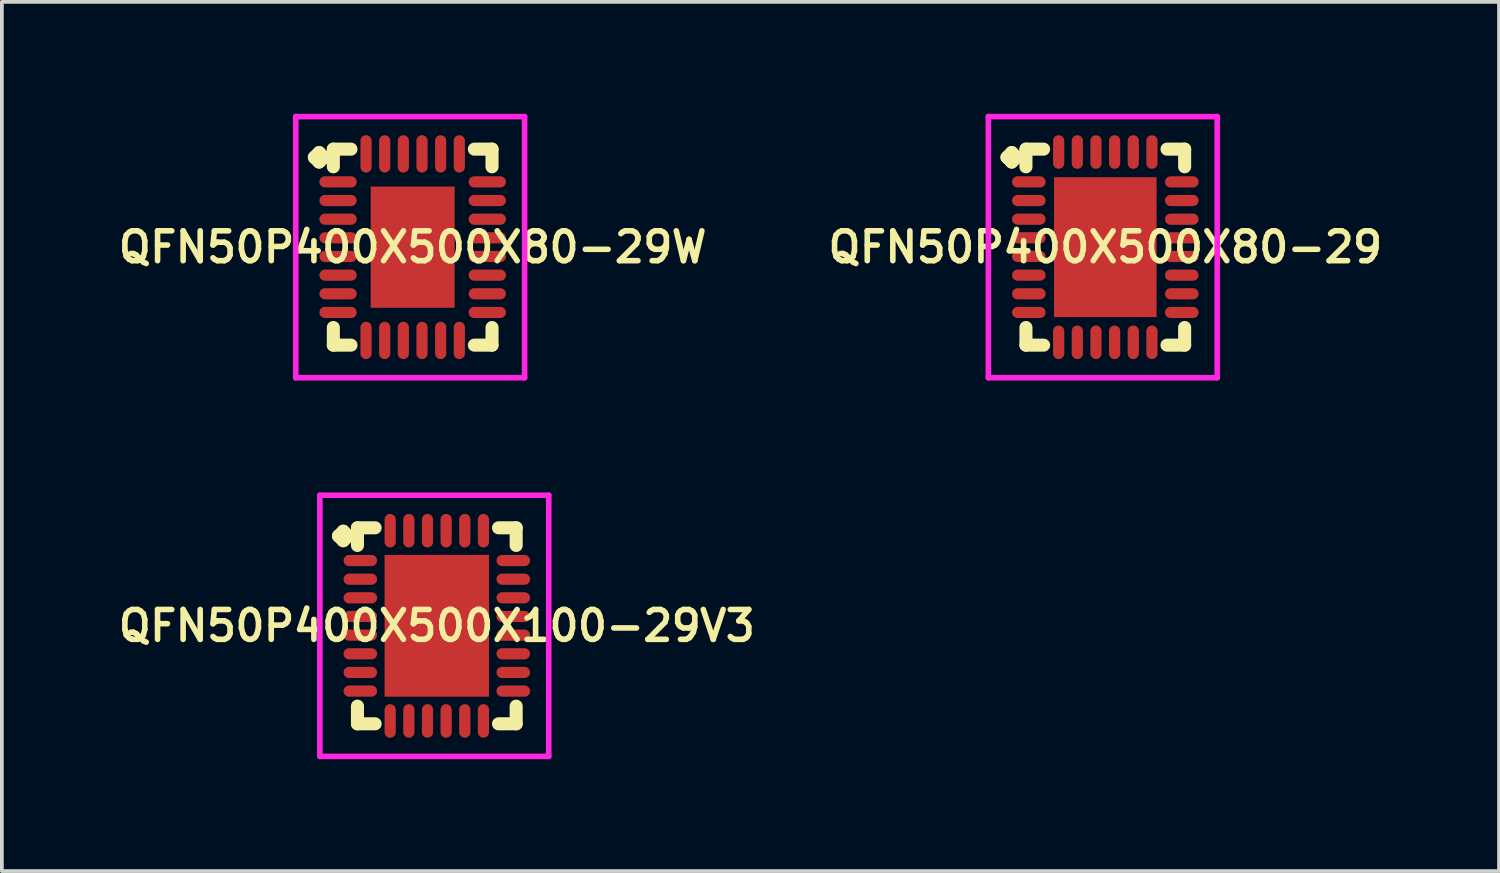
<source format=kicad_pcb>
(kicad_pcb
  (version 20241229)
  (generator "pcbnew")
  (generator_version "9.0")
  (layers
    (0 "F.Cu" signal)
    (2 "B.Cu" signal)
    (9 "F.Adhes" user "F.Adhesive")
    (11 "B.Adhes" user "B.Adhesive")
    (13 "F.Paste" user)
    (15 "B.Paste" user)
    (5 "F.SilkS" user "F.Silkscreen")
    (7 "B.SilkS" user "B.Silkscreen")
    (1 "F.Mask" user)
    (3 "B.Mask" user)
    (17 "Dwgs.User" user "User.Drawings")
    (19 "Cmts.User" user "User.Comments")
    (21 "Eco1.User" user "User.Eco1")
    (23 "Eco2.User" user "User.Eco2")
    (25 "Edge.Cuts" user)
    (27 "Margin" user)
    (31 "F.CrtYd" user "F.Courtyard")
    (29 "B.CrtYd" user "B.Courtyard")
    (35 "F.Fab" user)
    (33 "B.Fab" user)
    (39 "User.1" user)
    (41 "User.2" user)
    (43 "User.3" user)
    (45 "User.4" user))
  (footprint "QFN50P400X500X80-29W"
    (layer "F.Cu")
    (at 8.012 3.575)
    (property "Reference" "QFN50P400X500X80-29W" (at 0 0 0) (layer "F.SilkS") (effects (font (size 0.8 0.8) (thickness 0.15))))
    (attr smd)
    (fp_line (start -2.635 -2.408) (end -2.508 -2.535) (stroke (width 0.35) (type solid)) (layer "F.SilkS"))
    (fp_line (start -2.508 -2.535) (end -2.381 -2.408) (stroke (width 0.35) (type solid)) (layer "F.SilkS"))
    (fp_line (start -2.508 -2.281) (end -2.635 -2.408) (stroke (width 0.35) (type solid)) (layer "F.SilkS"))
    (fp_line (start -2.381 -2.408) (end -2.508 -2.281) (stroke (width 0.35) (type solid)) (layer "F.SilkS"))
    (fp_line (start -2.127 -2.627) (end -1.654 -2.627) (stroke (width 0.35) (type solid)) (layer "F.SilkS"))
    (fp_line (start -2.127 -2.154) (end -2.127 -2.627) (stroke (width 0.35) (type solid)) (layer "F.SilkS"))
    (fp_line (start -2.127 2.154) (end -2.127 2.627) (stroke (width 0.35) (type solid)) (layer "F.SilkS"))
    (fp_line (start -2.127 2.627) (end -1.654 2.627) (stroke (width 0.35) (type solid)) (layer "F.SilkS"))
    (fp_line (start 1.654 -2.627) (end 2.127 -2.627) (stroke (width 0.35) (type solid)) (layer "F.SilkS"))
    (fp_line (start 1.654 2.627) (end 2.127 2.627) (stroke (width 0.35) (type solid)) (layer "F.SilkS"))
    (fp_line (start 2.127 -2.627) (end 2.127 -2.154) (stroke (width 0.35) (type solid)) (layer "F.SilkS"))
    (fp_line (start 2.127 2.627) (end 2.127 2.154) (stroke (width 0.35) (type solid)) (layer "F.SilkS"))
    (fp_line (start -3.135 -3.5) (end 3 -3.5) (stroke (width 0.15) (type solid)) (layer "F.CrtYd"))
    (fp_line (start -3.135 3.5) (end -3.135 -3.5) (stroke (width 0.15) (type solid)) (layer "F.CrtYd"))
    (fp_line (start 3 -3.5) (end 3 3.5) (stroke (width 0.15) (type solid)) (layer "F.CrtYd"))
    (fp_line (start 3 3.5) (end -3.135 3.5) (stroke (width 0.15) (type solid)) (layer "F.CrtYd"))
    (pad "1" smd oval (at -2 -1.75) (size 1 0.3) (layers "F.Cu" "F.Mask" "F.Paste"))
    (pad "2" smd oval (at -2 -1.25) (size 1 0.3) (layers "F.Cu" "F.Mask" "F.Paste"))
    (pad "3" smd oval (at -2 -0.75) (size 1 0.3) (layers "F.Cu" "F.Mask" "F.Paste"))
    (pad "4" smd oval (at -2 -0.25) (size 1 0.3) (layers "F.Cu" "F.Mask" "F.Paste"))
    (pad "5" smd oval (at -2 0.25) (size 1 0.3) (layers "F.Cu" "F.Mask" "F.Paste"))
    (pad "6" smd oval (at -2 0.75) (size 1 0.3) (layers "F.Cu" "F.Mask" "F.Paste"))
    (pad "7" smd oval (at -2 1.25) (size 1 0.3) (layers "F.Cu" "F.Mask" "F.Paste"))
    (pad "8" smd oval (at -2 1.75) (size 1 0.3) (layers "F.Cu" "F.Mask" "F.Paste"))
    (pad "9" smd oval (at -1.25 2.5) (size 0.3 1) (layers "F.Cu" "F.Mask" "F.Paste"))
    (pad "10" smd oval (at -0.75 2.5) (size 0.3 1) (layers "F.Cu" "F.Mask" "F.Paste"))
    (pad "11" smd oval (at -0.25 2.5) (size 0.3 1) (layers "F.Cu" "F.Mask" "F.Paste"))
    (pad "12" smd oval (at 0.25 2.5) (size 0.3 1) (layers "F.Cu" "F.Mask" "F.Paste"))
    (pad "13" smd oval (at 0.75 2.5) (size 0.3 1) (layers "F.Cu" "F.Mask" "F.Paste"))
    (pad "14" smd oval (at 1.25 2.5) (size 0.3 1) (layers "F.Cu" "F.Mask" "F.Paste"))
    (pad "15" smd oval (at 2 1.75) (size 1 0.3) (layers "F.Cu" "F.Mask" "F.Paste"))
    (pad "16" smd oval (at 2 1.25) (size 1 0.3) (layers "F.Cu" "F.Mask" "F.Paste"))
    (pad "17" smd oval (at 2 0.75) (size 1 0.3) (layers "F.Cu" "F.Mask" "F.Paste"))
    (pad "18" smd oval (at 2 0.25) (size 1 0.3) (layers "F.Cu" "F.Mask" "F.Paste"))
    (pad "19" smd oval (at 2 -0.25) (size 1 0.3) (layers "F.Cu" "F.Mask" "F.Paste"))
    (pad "20" smd oval (at 2 -0.75) (size 1 0.3) (layers "F.Cu" "F.Mask" "F.Paste"))
    (pad "21" smd oval (at 2 -1.25) (size 1 0.3) (layers "F.Cu" "F.Mask" "F.Paste"))
    (pad "22" smd oval (at 2 -1.75) (size 1 0.3) (layers "F.Cu" "F.Mask" "F.Paste"))
    (pad "23" smd oval (at 1.25 -2.5) (size 0.3 1) (layers "F.Cu" "F.Mask" "F.Paste"))
    (pad "24" smd oval (at 0.75 -2.5) (size 0.3 1) (layers "F.Cu" "F.Mask" "F.Paste"))
    (pad "25" smd oval (at 0.25 -2.5) (size 0.3 1) (layers "F.Cu" "F.Mask" "F.Paste"))
    (pad "26" smd oval (at -0.25 -2.5) (size 0.3 1) (layers "F.Cu" "F.Mask" "F.Paste"))
    (pad "27" smd oval (at -0.75 -2.5) (size 0.3 1) (layers "F.Cu" "F.Mask" "F.Paste"))
    (pad "28" smd oval (at -1.25 -2.5) (size 0.3 1) (layers "F.Cu" "F.Mask" "F.Paste"))
    (pad "29" smd rect (at 0 0) (size 2.25 3.25) (layers "F.Cu" "F.Mask" "F.Paste")))
  (footprint "QFN50P400X500X80-29"
    (layer "F.Cu")
    (at 26.578 3.575)
    (property "Reference" "QFN50P400X500X80-29" (at 0 0 0) (layer "F.SilkS") (effects (font (size 0.8 0.8) (thickness 0.15))))
    (attr smd)
    (fp_line (start -2.635 -2.408) (end -2.508 -2.535) (stroke (width 0.35) (type solid)) (layer "F.SilkS"))
    (fp_line (start -2.508 -2.535) (end -2.381 -2.408) (stroke (width 0.35) (type solid)) (layer "F.SilkS"))
    (fp_line (start -2.508 -2.281) (end -2.635 -2.408) (stroke (width 0.35) (type solid)) (layer "F.SilkS"))
    (fp_line (start -2.381 -2.408) (end -2.508 -2.281) (stroke (width 0.35) (type solid)) (layer "F.SilkS"))
    (fp_line (start -2.127 -2.627) (end -1.654 -2.627) (stroke (width 0.35) (type solid)) (layer "F.SilkS"))
    (fp_line (start -2.127 -2.154) (end -2.127 -2.627) (stroke (width 0.35) (type solid)) (layer "F.SilkS"))
    (fp_line (start -2.127 2.154) (end -2.127 2.627) (stroke (width 0.35) (type solid)) (layer "F.SilkS"))
    (fp_line (start -2.127 2.627) (end -1.654 2.627) (stroke (width 0.35) (type solid)) (layer "F.SilkS"))
    (fp_line (start 1.654 -2.627) (end 2.127 -2.627) (stroke (width 0.35) (type solid)) (layer "F.SilkS"))
    (fp_line (start 1.654 2.627) (end 2.127 2.627) (stroke (width 0.35) (type solid)) (layer "F.SilkS"))
    (fp_line (start 2.127 -2.627) (end 2.127 -2.154) (stroke (width 0.35) (type solid)) (layer "F.SilkS"))
    (fp_line (start 2.127 2.627) (end 2.127 2.154) (stroke (width 0.35) (type solid)) (layer "F.SilkS"))
    (fp_line (start -3.135 -3.5) (end 3 -3.5) (stroke (width 0.15) (type solid)) (layer "F.CrtYd"))
    (fp_line (start -3.135 3.5) (end -3.135 -3.5) (stroke (width 0.15) (type solid)) (layer "F.CrtYd"))
    (fp_line (start 3 -3.5) (end 3 3.5) (stroke (width 0.15) (type solid)) (layer "F.CrtYd"))
    (fp_line (start 3 3.5) (end -3.135 3.5) (stroke (width 0.15) (type solid)) (layer "F.CrtYd"))
    (pad "1" smd oval (at -2.05 -1.75) (size 0.9 0.3) (layers "F.Cu" "F.Mask" "F.Paste"))
    (pad "2" smd oval (at -2.05 -1.25) (size 0.9 0.3) (layers "F.Cu" "F.Mask" "F.Paste"))
    (pad "3" smd oval (at -2.05 -0.75) (size 0.9 0.3) (layers "F.Cu" "F.Mask" "F.Paste"))
    (pad "4" smd oval (at -2.05 -0.25) (size 0.9 0.3) (layers "F.Cu" "F.Mask" "F.Paste"))
    (pad "5" smd oval (at -2.05 0.25) (size 0.9 0.3) (layers "F.Cu" "F.Mask" "F.Paste"))
    (pad "6" smd oval (at -2.05 0.75) (size 0.9 0.3) (layers "F.Cu" "F.Mask" "F.Paste"))
    (pad "7" smd oval (at -2.05 1.25) (size 0.9 0.3) (layers "F.Cu" "F.Mask" "F.Paste"))
    (pad "8" smd oval (at -2.05 1.75) (size 0.9 0.3) (layers "F.Cu" "F.Mask" "F.Paste"))
    (pad "9" smd oval (at -1.25 2.55) (size 0.3 0.9) (layers "F.Cu" "F.Mask" "F.Paste"))
    (pad "10" smd oval (at -0.75 2.55) (size 0.3 0.9) (layers "F.Cu" "F.Mask" "F.Paste"))
    (pad "11" smd oval (at -0.25 2.55) (size 0.3 0.9) (layers "F.Cu" "F.Mask" "F.Paste"))
    (pad "12" smd oval (at 0.25 2.55) (size 0.3 0.9) (layers "F.Cu" "F.Mask" "F.Paste"))
    (pad "13" smd oval (at 0.75 2.55) (size 0.3 0.9) (layers "F.Cu" "F.Mask" "F.Paste"))
    (pad "14" smd oval (at 1.25 2.55) (size 0.3 0.9) (layers "F.Cu" "F.Mask" "F.Paste"))
    (pad "15" smd oval (at 2.05 1.75) (size 0.9 0.3) (layers "F.Cu" "F.Mask" "F.Paste"))
    (pad "16" smd oval (at 2.05 1.25) (size 0.9 0.3) (layers "F.Cu" "F.Mask" "F.Paste"))
    (pad "17" smd oval (at 2.05 0.75) (size 0.9 0.3) (layers "F.Cu" "F.Mask" "F.Paste"))
    (pad "18" smd oval (at 2.05 0.25) (size 0.9 0.3) (layers "F.Cu" "F.Mask" "F.Paste"))
    (pad "19" smd oval (at 2.05 -0.25) (size 0.9 0.3) (layers "F.Cu" "F.Mask" "F.Paste"))
    (pad "20" smd oval (at 2.05 -0.75) (size 0.9 0.3) (layers "F.Cu" "F.Mask" "F.Paste"))
    (pad "21" smd oval (at 2.05 -1.25) (size 0.9 0.3) (layers "F.Cu" "F.Mask" "F.Paste"))
    (pad "22" smd oval (at 2.05 -1.75) (size 0.9 0.3) (layers "F.Cu" "F.Mask" "F.Paste"))
    (pad "23" smd oval (at 1.25 -2.55) (size 0.3 0.9) (layers "F.Cu" "F.Mask" "F.Paste"))
    (pad "24" smd oval (at 0.75 -2.55) (size 0.3 0.9) (layers "F.Cu" "F.Mask" "F.Paste"))
    (pad "25" smd oval (at 0.25 -2.55) (size 0.3 0.9) (layers "F.Cu" "F.Mask" "F.Paste"))
    (pad "26" smd oval (at -0.25 -2.55) (size 0.3 0.9) (layers "F.Cu" "F.Mask" "F.Paste"))
    (pad "27" smd oval (at -0.75 -2.55) (size 0.3 0.9) (layers "F.Cu" "F.Mask" "F.Paste"))
    (pad "28" smd oval (at -1.25 -2.55) (size 0.3 0.9) (layers "F.Cu" "F.Mask" "F.Paste"))
    (pad "29" smd rect (at 0 0) (size 2.75 3.75) (layers "F.Cu" "F.Mask" "F.Paste")))
  (footprint "QFN50P400X500X100-29V3"
    (layer "F.Cu")
    (at 8.659 13.725)
    (property "Reference" "QFN50P400X500X100-29V3" (at 0 0 0) (layer "F.SilkS") (effects (font (size 0.8 0.8) (thickness 0.15))))
    (attr smd)
    (fp_line (start -2.635 -2.408) (end -2.508 -2.535) (stroke (width 0.35) (type solid)) (layer "F.SilkS"))
    (fp_line (start -2.508 -2.535) (end -2.381 -2.408) (stroke (width 0.35) (type solid)) (layer "F.SilkS"))
    (fp_line (start -2.508 -2.281) (end -2.635 -2.408) (stroke (width 0.35) (type solid)) (layer "F.SilkS"))
    (fp_line (start -2.381 -2.408) (end -2.508 -2.281) (stroke (width 0.35) (type solid)) (layer "F.SilkS"))
    (fp_line (start -2.127 -2.627) (end -1.654 -2.627) (stroke (width 0.35) (type solid)) (layer "F.SilkS"))
    (fp_line (start -2.127 -2.154) (end -2.127 -2.627) (stroke (width 0.35) (type solid)) (layer "F.SilkS"))
    (fp_line (start -2.127 2.154) (end -2.127 2.627) (stroke (width 0.35) (type solid)) (layer "F.SilkS"))
    (fp_line (start -2.127 2.627) (end -1.654 2.627) (stroke (width 0.35) (type solid)) (layer "F.SilkS"))
    (fp_line (start 1.654 -2.627) (end 2.127 -2.627) (stroke (width 0.35) (type solid)) (layer "F.SilkS"))
    (fp_line (start 1.654 2.627) (end 2.127 2.627) (stroke (width 0.35) (type solid)) (layer "F.SilkS"))
    (fp_line (start 2.127 -2.627) (end 2.127 -2.154) (stroke (width 0.35) (type solid)) (layer "F.SilkS"))
    (fp_line (start 2.127 2.627) (end 2.127 2.154) (stroke (width 0.35) (type solid)) (layer "F.SilkS"))
    (fp_line (start -3.135 -3.5) (end 3 -3.5) (stroke (width 0.15) (type solid)) (layer "F.CrtYd"))
    (fp_line (start -3.135 3.5) (end -3.135 -3.5) (stroke (width 0.15) (type solid)) (layer "F.CrtYd"))
    (fp_line (start 3 -3.5) (end 3 3.5) (stroke (width 0.15) (type solid)) (layer "F.CrtYd"))
    (fp_line (start 3 3.5) (end -3.135 3.5) (stroke (width 0.15) (type solid)) (layer "F.CrtYd"))
    (pad "1" smd oval (at -2.05 -1.75) (size 0.9 0.3) (layers "F.Cu" "F.Mask" "F.Paste"))
    (pad "2" smd oval (at -2.05 -1.25) (size 0.9 0.3) (layers "F.Cu" "F.Mask" "F.Paste"))
    (pad "3" smd oval (at -2.05 -0.75) (size 0.9 0.3) (layers "F.Cu" "F.Mask" "F.Paste"))
    (pad "4" smd oval (at -2.05 -0.25) (size 0.9 0.3) (layers "F.Cu" "F.Mask" "F.Paste"))
    (pad "5" smd oval (at -2.05 0.25) (size 0.9 0.3) (layers "F.Cu" "F.Mask" "F.Paste"))
    (pad "6" smd oval (at -2.05 0.75) (size 0.9 0.3) (layers "F.Cu" "F.Mask" "F.Paste"))
    (pad "7" smd oval (at -2.05 1.25) (size 0.9 0.3) (layers "F.Cu" "F.Mask" "F.Paste"))
    (pad "8" smd oval (at -2.05 1.75) (size 0.9 0.3) (layers "F.Cu" "F.Mask" "F.Paste"))
    (pad "9" smd oval (at -1.25 2.55) (size 0.3 0.9) (layers "F.Cu" "F.Mask" "F.Paste"))
    (pad "10" smd oval (at -0.75 2.55) (size 0.3 0.9) (layers "F.Cu" "F.Mask" "F.Paste"))
    (pad "11" smd oval (at -0.25 2.55) (size 0.3 0.9) (layers "F.Cu" "F.Mask" "F.Paste"))
    (pad "12" smd oval (at 0.25 2.55) (size 0.3 0.9) (layers "F.Cu" "F.Mask" "F.Paste"))
    (pad "13" smd oval (at 0.75 2.55) (size 0.3 0.9) (layers "F.Cu" "F.Mask" "F.Paste"))
    (pad "14" smd oval (at 1.25 2.55) (size 0.3 0.9) (layers "F.Cu" "F.Mask" "F.Paste"))
    (pad "15" smd oval (at 2.05 1.75) (size 0.9 0.3) (layers "F.Cu" "F.Mask" "F.Paste"))
    (pad "16" smd oval (at 2.05 1.25) (size 0.9 0.3) (layers "F.Cu" "F.Mask" "F.Paste"))
    (pad "17" smd oval (at 2.05 0.75) (size 0.9 0.3) (layers "F.Cu" "F.Mask" "F.Paste"))
    (pad "18" smd oval (at 2.05 0.25) (size 0.9 0.3) (layers "F.Cu" "F.Mask" "F.Paste"))
    (pad "19" smd oval (at 2.05 -0.25) (size 0.9 0.3) (layers "F.Cu" "F.Mask" "F.Paste"))
    (pad "20" smd oval (at 2.05 -0.75) (size 0.9 0.3) (layers "F.Cu" "F.Mask" "F.Paste"))
    (pad "21" smd oval (at 2.05 -1.25) (size 0.9 0.3) (layers "F.Cu" "F.Mask" "F.Paste"))
    (pad "22" smd oval (at 2.05 -1.75) (size 0.9 0.3) (layers "F.Cu" "F.Mask" "F.Paste"))
    (pad "23" smd oval (at 1.25 -2.55) (size 0.3 0.9) (layers "F.Cu" "F.Mask" "F.Paste"))
    (pad "24" smd oval (at 0.75 -2.55) (size 0.3 0.9) (layers "F.Cu" "F.Mask" "F.Paste"))
    (pad "25" smd oval (at 0.25 -2.55) (size 0.3 0.9) (layers "F.Cu" "F.Mask" "F.Paste"))
    (pad "26" smd oval (at -0.25 -2.55) (size 0.3 0.9) (layers "F.Cu" "F.Mask" "F.Paste"))
    (pad "27" smd oval (at -0.75 -2.55) (size 0.3 0.9) (layers "F.Cu" "F.Mask" "F.Paste"))
    (pad "28" smd oval (at -1.25 -2.55) (size 0.3 0.9) (layers "F.Cu" "F.Mask" "F.Paste"))
    (pad "29" smd rect (at 0 0) (size 2.8 3.8) (layers "F.Cu" "F.Mask" "F.Paste")))
  (gr_rect
    (start -3 -3)
    (end 37.132 20.3)
    (stroke (width 0.1) (type default))
    (fill no)
    (layer "Edge.Cuts")))
</source>
